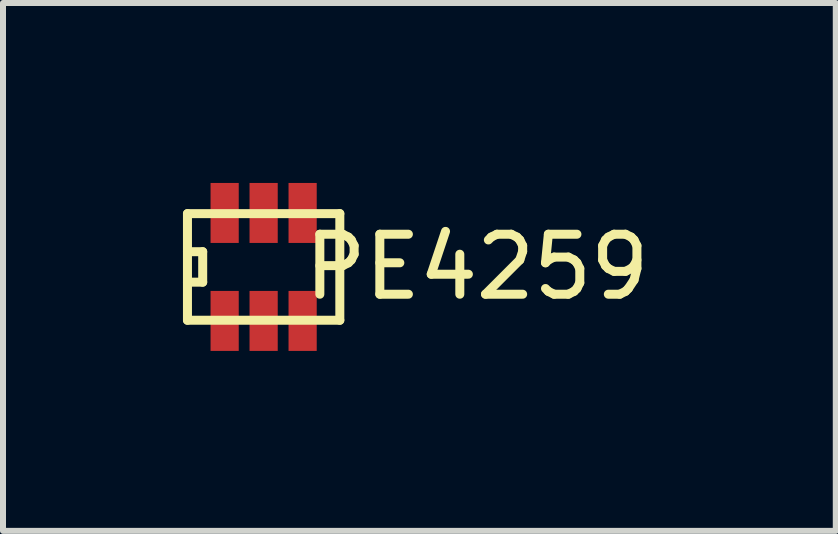
<source format=kicad_pcb>
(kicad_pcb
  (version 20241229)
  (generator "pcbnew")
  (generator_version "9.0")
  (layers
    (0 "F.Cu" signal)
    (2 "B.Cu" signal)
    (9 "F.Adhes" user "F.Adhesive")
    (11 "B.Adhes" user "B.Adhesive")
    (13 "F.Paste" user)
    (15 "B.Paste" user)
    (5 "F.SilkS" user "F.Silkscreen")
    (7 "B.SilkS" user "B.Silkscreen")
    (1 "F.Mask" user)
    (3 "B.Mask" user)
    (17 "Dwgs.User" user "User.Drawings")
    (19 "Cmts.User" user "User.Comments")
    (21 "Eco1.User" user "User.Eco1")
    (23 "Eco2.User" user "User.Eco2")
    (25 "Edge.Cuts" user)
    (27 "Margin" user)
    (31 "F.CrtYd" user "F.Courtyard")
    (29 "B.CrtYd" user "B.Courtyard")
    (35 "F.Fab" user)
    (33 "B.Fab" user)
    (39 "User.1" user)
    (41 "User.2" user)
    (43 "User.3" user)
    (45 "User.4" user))
  (footprint "PE4259"
    (layer "F.Cu")
    (at 1.345 1.4)
    (property "Reference" "PE4259" (at 3.556 0 0) (layer "F.SilkS") (effects (font (size 1 1) (thickness 0.15))))
    (attr through_hole)
    (fp_line (start -1.27 -0.889) (end -1.27 0.889) (stroke (width 0.15) (type solid)) (layer "F.SilkS"))
    (fp_line (start -1.27 -0.254) (end -1.016 -0.254) (stroke (width 0.15) (type solid)) (layer "F.SilkS"))
    (fp_line (start -1.27 0.889) (end 1.27 0.889) (stroke (width 0.15) (type solid)) (layer "F.SilkS"))
    (fp_line (start -1.016 -0.254) (end -1.016 0.254) (stroke (width 0.15) (type solid)) (layer "F.SilkS"))
    (fp_line (start -1.016 0.254) (end -1.27 0.254) (stroke (width 0.15) (type solid)) (layer "F.SilkS"))
    (fp_line (start 1.27 -0.889) (end -1.27 -0.889) (stroke (width 0.15) (type solid)) (layer "F.SilkS"))
    (fp_line (start 1.27 0.889) (end 1.27 -0.889) (stroke (width 0.15) (type solid)) (layer "F.SilkS"))
    (pad "1" smd rect (at -0.65 0.9) (size 0.47 1) (layers "F.Cu" "F.Mask" "F.Paste"))
    (pad "2" smd rect (at 0 0.9) (size 0.47 1) (layers "F.Cu" "F.Mask" "F.Paste"))
    (pad "3" smd rect (at 0.65 0.9) (size 0.47 1) (layers "F.Cu" "F.Mask" "F.Paste"))
    (pad "4" smd rect (at -0.65 -0.9) (size 0.47 1) (layers "F.Cu" "F.Mask" "F.Paste"))
    (pad "5" smd rect (at 0 -0.9) (size 0.47 1) (layers "F.Cu" "F.Mask" "F.Paste"))
    (pad "6" smd rect (at 0.65 -0.9) (size 0.47 1) (layers "F.Cu" "F.Mask" "F.Paste")))
  (gr_rect
    (start -3 -3)
    (end 10.883 5.8)
    (stroke (width 0.1) (type default))
    (fill no)
    (layer "Edge.Cuts")))
</source>
